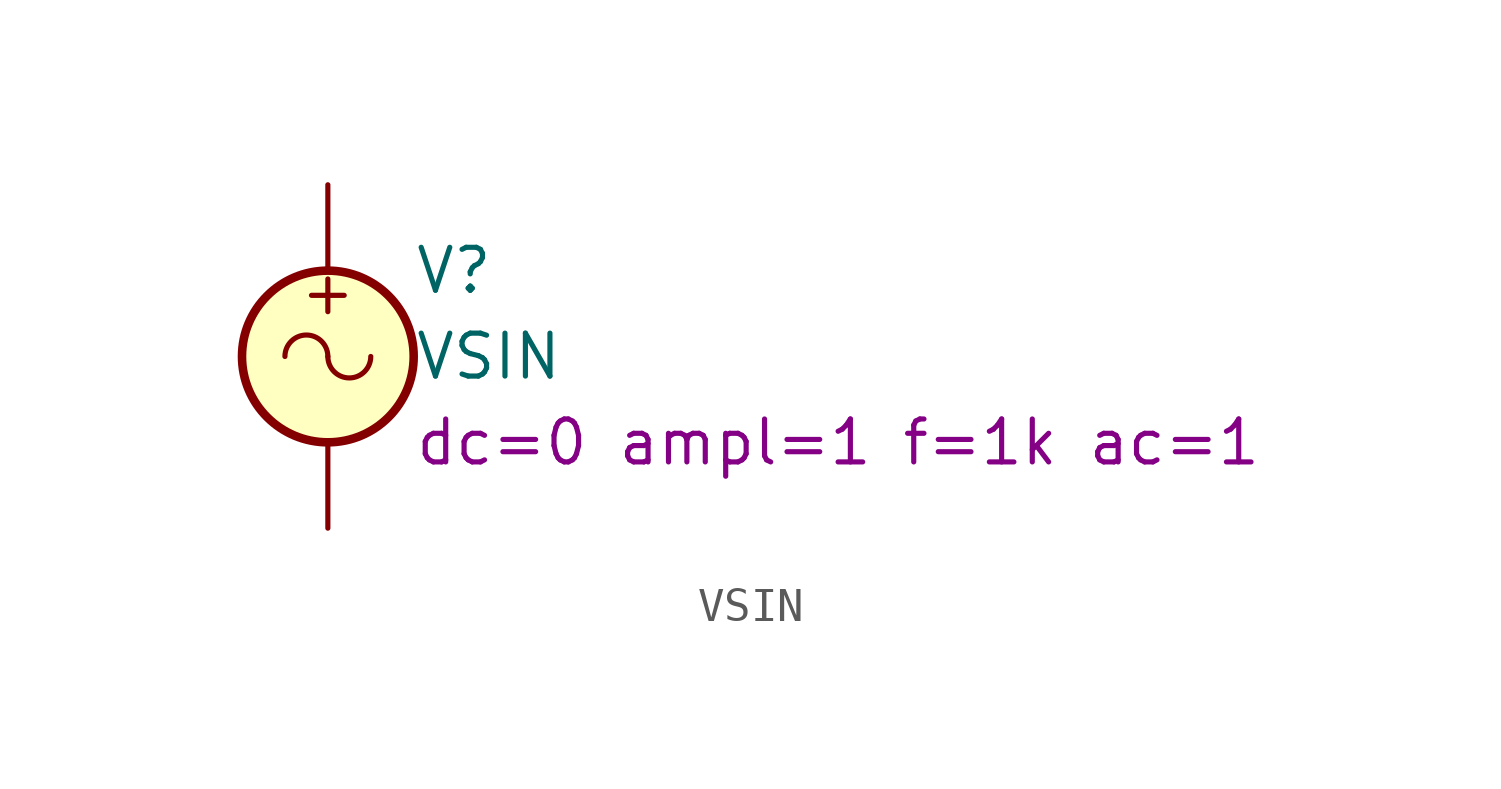
<source format=kicad_sym>
(kicad_symbol_lib
  (version 20241209)
  (generator "kicad_symbol_editor")
  (generator_version "9.0")
  (symbol "VSIN"
    (pin_numbers
      (hide yes))
    (pin_names
      (offset 0.025))
    (property "Reference" "V"
      (at 2.54 2.54 0)
      (effects (font (size 1.27 1.27)) (justify left)))
    (property "Value" "VSIN"
      (at 2.54 0 0)
      (effects (font (size 1.27 1.27)) (justify left)))
    (property "Sim.Params" "dc=0 ampl=1 f=1k ac=1"
      (at 2.54 -2.54 0)
      (effects (font (size 1.27 1.27)) (justify left)))
    (symbol "VSIN_0_0"
      (arc (start -1.27 0) (mid -0.635 0.6323) (end 0 0) (stroke (width 0) (type default)) (fill (type none)))
      (arc (start 1.27 0) (mid 0.635 -0.6323) (end 0 0) (stroke (width 0) (type default)) (fill (type none)))
      (text "+" (at 0 1.905 0) (effects (font (size 1.27 1.27)))))
    (symbol "VSIN_0_1"
      (circle (center 0 0) (radius 2.54) (stroke (width 0.254) (type default)) (fill (type background))))
    (symbol "VSIN_1_1"
      (pin passive line (at 0 5.08 270) (length 2.54) (name "~" (effects (font (size 1.27 1.27)))) (number "1" (effects (font (size 1.27 1.27)))))
      (pin passive line (at 0 -5.08 90) (length 2.54) (name "~" (effects (font (size 1.27 1.27)))) (number "2" (effects (font (size 1.27 1.27))))))))
</source>
